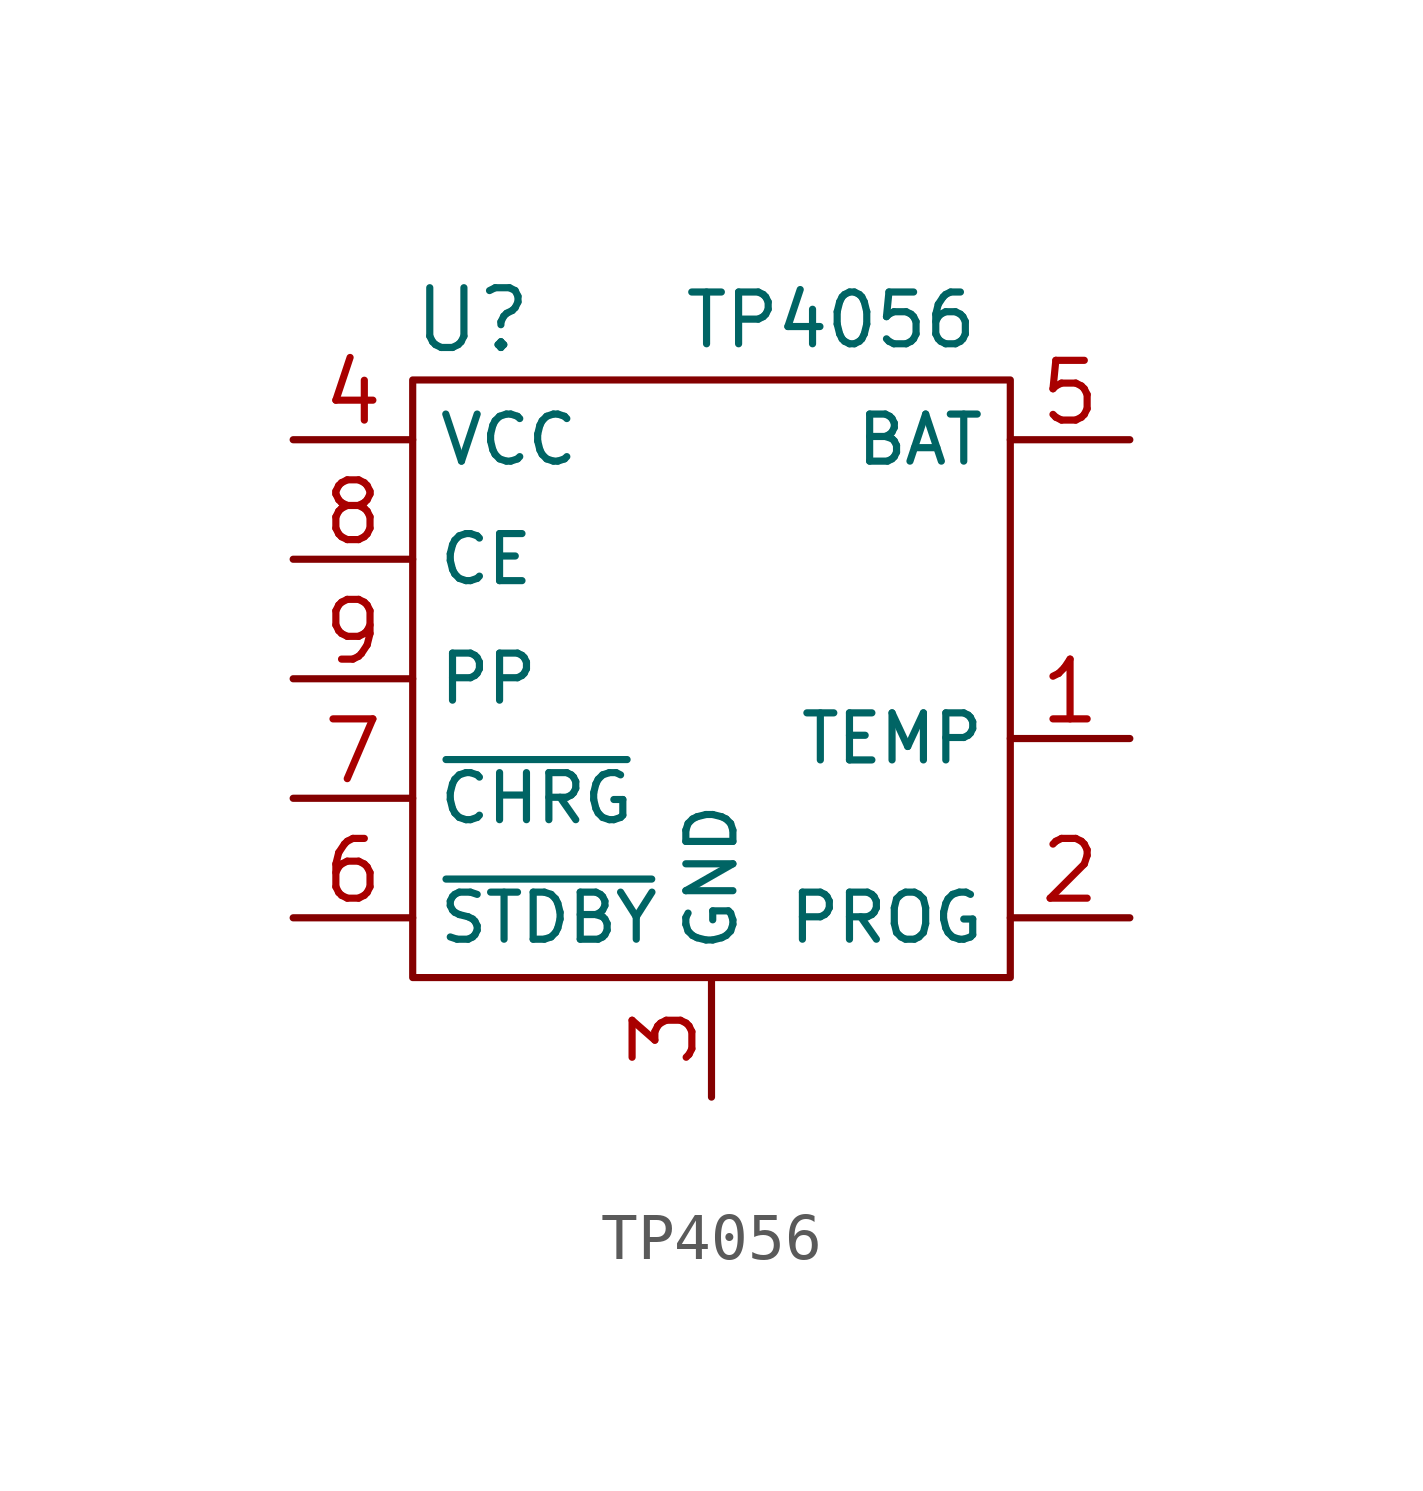
<source format=kicad_sym>
(kicad_symbol_lib
  (version 20211014)
  (generator kicad_symbol_editor)
  (symbol "TP4056"
    (property "Reference" "U"
      (at 1.27 13.97 0)
      (effects (font (size 1.27 1.27))))
    (property "Value" "TP4056"
      (at 8.89 13.97 0)
      (effects (font (size 1.1 1.1))))
    (symbol "TP4056_0_1"
      (rectangle (start 0 12.7) (end 12.7 0) (stroke (width 0) (type default) (color 0 0 0 0)) (fill (type none))))
    (symbol "TP4056_1_1"
      (pin input line (at 15.24 5.08 180) (length 2.54) (name "TEMP" (effects (font (size 1 1)))) (number "1" (effects (font (size 1.27 1.27)))))
      (pin input line (at 15.24 1.27 180) (length 2.54) (name "PROG" (effects (font (size 1 1)))) (number "2" (effects (font (size 1.27 1.27)))))
      (pin input line (at 6.35 -2.54 90) (length 2.54) (name "GND" (effects (font (size 1 1)))) (number "3" (effects (font (size 1.27 1.27)))))
      (pin input line (at -2.54 11.43 0) (length 2.54) (name "VCC" (effects (font (size 1 1)))) (number "4" (effects (font (size 1.27 1.27)))))
      (pin input line (at 15.24 11.43 180) (length 2.54) (name "BAT" (effects (font (size 1 1)))) (number "5" (effects (font (size 1.27 1.27)))))
      (pin input line (at -2.54 1.27 0) (length 2.54) (name "~{STDBY}" (effects (font (size 1 1)))) (number "6" (effects (font (size 1.27 1.27)))))
      (pin input line (at -2.54 3.81 0) (length 2.54) (name "~{CHRG}" (effects (font (size 1 1)))) (number "7" (effects (font (size 1.27 1.27)))))
      (pin input line (at -2.54 8.89 0) (length 2.54) (name "CE" (effects (font (size 1 1)))) (number "8" (effects (font (size 1.27 1.27)))))
      (pin input line (at -2.54 6.35 0) (length 2.54) (name "PP" (effects (font (size 1 1)))) (number "9" (effects (font (size 1.27 1.27))))))))
</source>
